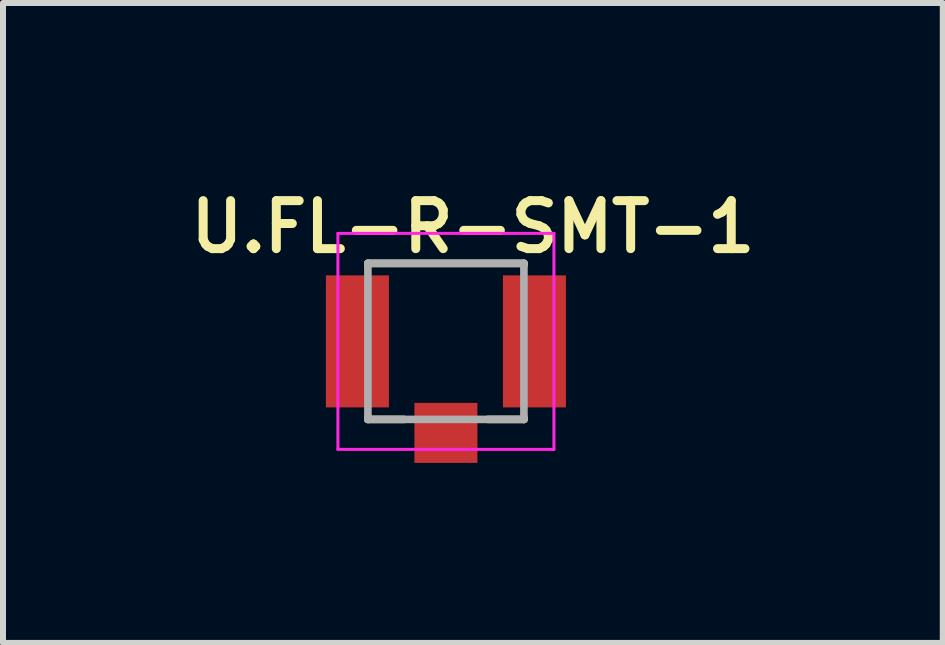
<source format=kicad_pcb>
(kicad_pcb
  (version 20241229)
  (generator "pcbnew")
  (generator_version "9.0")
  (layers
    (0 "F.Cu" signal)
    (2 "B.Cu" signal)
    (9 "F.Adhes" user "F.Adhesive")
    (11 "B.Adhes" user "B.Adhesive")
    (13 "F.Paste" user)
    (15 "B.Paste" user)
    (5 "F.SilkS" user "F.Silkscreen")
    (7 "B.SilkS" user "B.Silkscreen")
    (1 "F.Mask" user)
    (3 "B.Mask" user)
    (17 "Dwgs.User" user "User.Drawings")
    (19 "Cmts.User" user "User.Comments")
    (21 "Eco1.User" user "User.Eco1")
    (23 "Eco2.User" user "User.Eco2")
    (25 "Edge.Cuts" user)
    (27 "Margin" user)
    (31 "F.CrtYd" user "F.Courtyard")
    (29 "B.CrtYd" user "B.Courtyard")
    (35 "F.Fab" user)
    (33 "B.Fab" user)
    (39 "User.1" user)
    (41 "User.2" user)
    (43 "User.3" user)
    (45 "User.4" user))
  (footprint "U.FL-R-SMT-1"
    (layer "F.Cu")
    (at 4.381 2.639)
    (property "Reference" "U.FL-R-SMT-1" (at 0.45 -1.908 0) (layer "F.SilkS") (effects (font (size 0.8 0.8) (thickness 0.15))))
    (attr smd)
    (fp_line (start -1.3 -1.3) (end 1.3 -1.3) (stroke (width 0.127) (type solid)) (layer "F.SilkS"))
    (fp_line (start -1.3 -1.27) (end -1.3 -1.3) (stroke (width 0.127) (type solid)) (layer "F.SilkS"))
    (fp_line (start -1.3 1.3) (end -1.3 1.27) (stroke (width 0.127) (type solid)) (layer "F.SilkS"))
    (fp_line (start -0.7 1.3) (end -1.3 1.3) (stroke (width 0.127) (type solid)) (layer "F.SilkS"))
    (fp_line (start 0.7 1.3) (end 1.3 1.3) (stroke (width 0.127) (type solid)) (layer "F.SilkS"))
    (fp_line (start 1.3 -1.3) (end 1.3 -1.27) (stroke (width 0.127) (type solid)) (layer "F.SilkS"))
    (fp_line (start 1.3 1.3) (end 1.3 1.27) (stroke (width 0.127) (type solid)) (layer "F.SilkS"))
    (fp_line (start -1.8 -1.8) (end 1.8 -1.8) (stroke (width 0.05) (type solid)) (layer "F.CrtYd"))
    (fp_line (start -1.8 1.8) (end -1.8 -1.8) (stroke (width 0.05) (type solid)) (layer "F.CrtYd"))
    (fp_line (start 1.8 -1.8) (end 1.8 1.8) (stroke (width 0.05) (type solid)) (layer "F.CrtYd"))
    (fp_line (start 1.8 1.8) (end -1.8 1.8) (stroke (width 0.05) (type solid)) (layer "F.CrtYd"))
    (fp_line (start -1.3 -1.3) (end 1.3 -1.3) (stroke (width 0.127) (type solid)) (layer "F.Fab"))
    (fp_line (start -1.3 1.3) (end -1.3 -1.3) (stroke (width 0.127) (type solid)) (layer "F.Fab"))
    (fp_line (start 1.3 -1.3) (end 1.3 1.3) (stroke (width 0.127) (type solid)) (layer "F.Fab"))
    (fp_line (start 1.3 1.3) (end -1.3 1.3) (stroke (width 0.127) (type solid)) (layer "F.Fab"))
    (pad "GND1" smd rect (at -1.475 0) (size 1.05 2.2) (layers "F.Cu" "F.Mask" "F.Paste"))
    (pad "GND2" smd rect (at 1.475 0) (size 1.05 2.2) (layers "F.Cu" "F.Mask" "F.Paste"))
    (pad "SIG" smd rect (at 0 1.525) (size 1.05 1) (layers "F.Cu" "F.Mask" "F.Paste")))
  (gr_rect
    (start -3 -3)
    (end 12.661 7.664)
    (stroke (width 0.1) (type default))
    (fill no)
    (layer "Edge.Cuts")))
</source>
